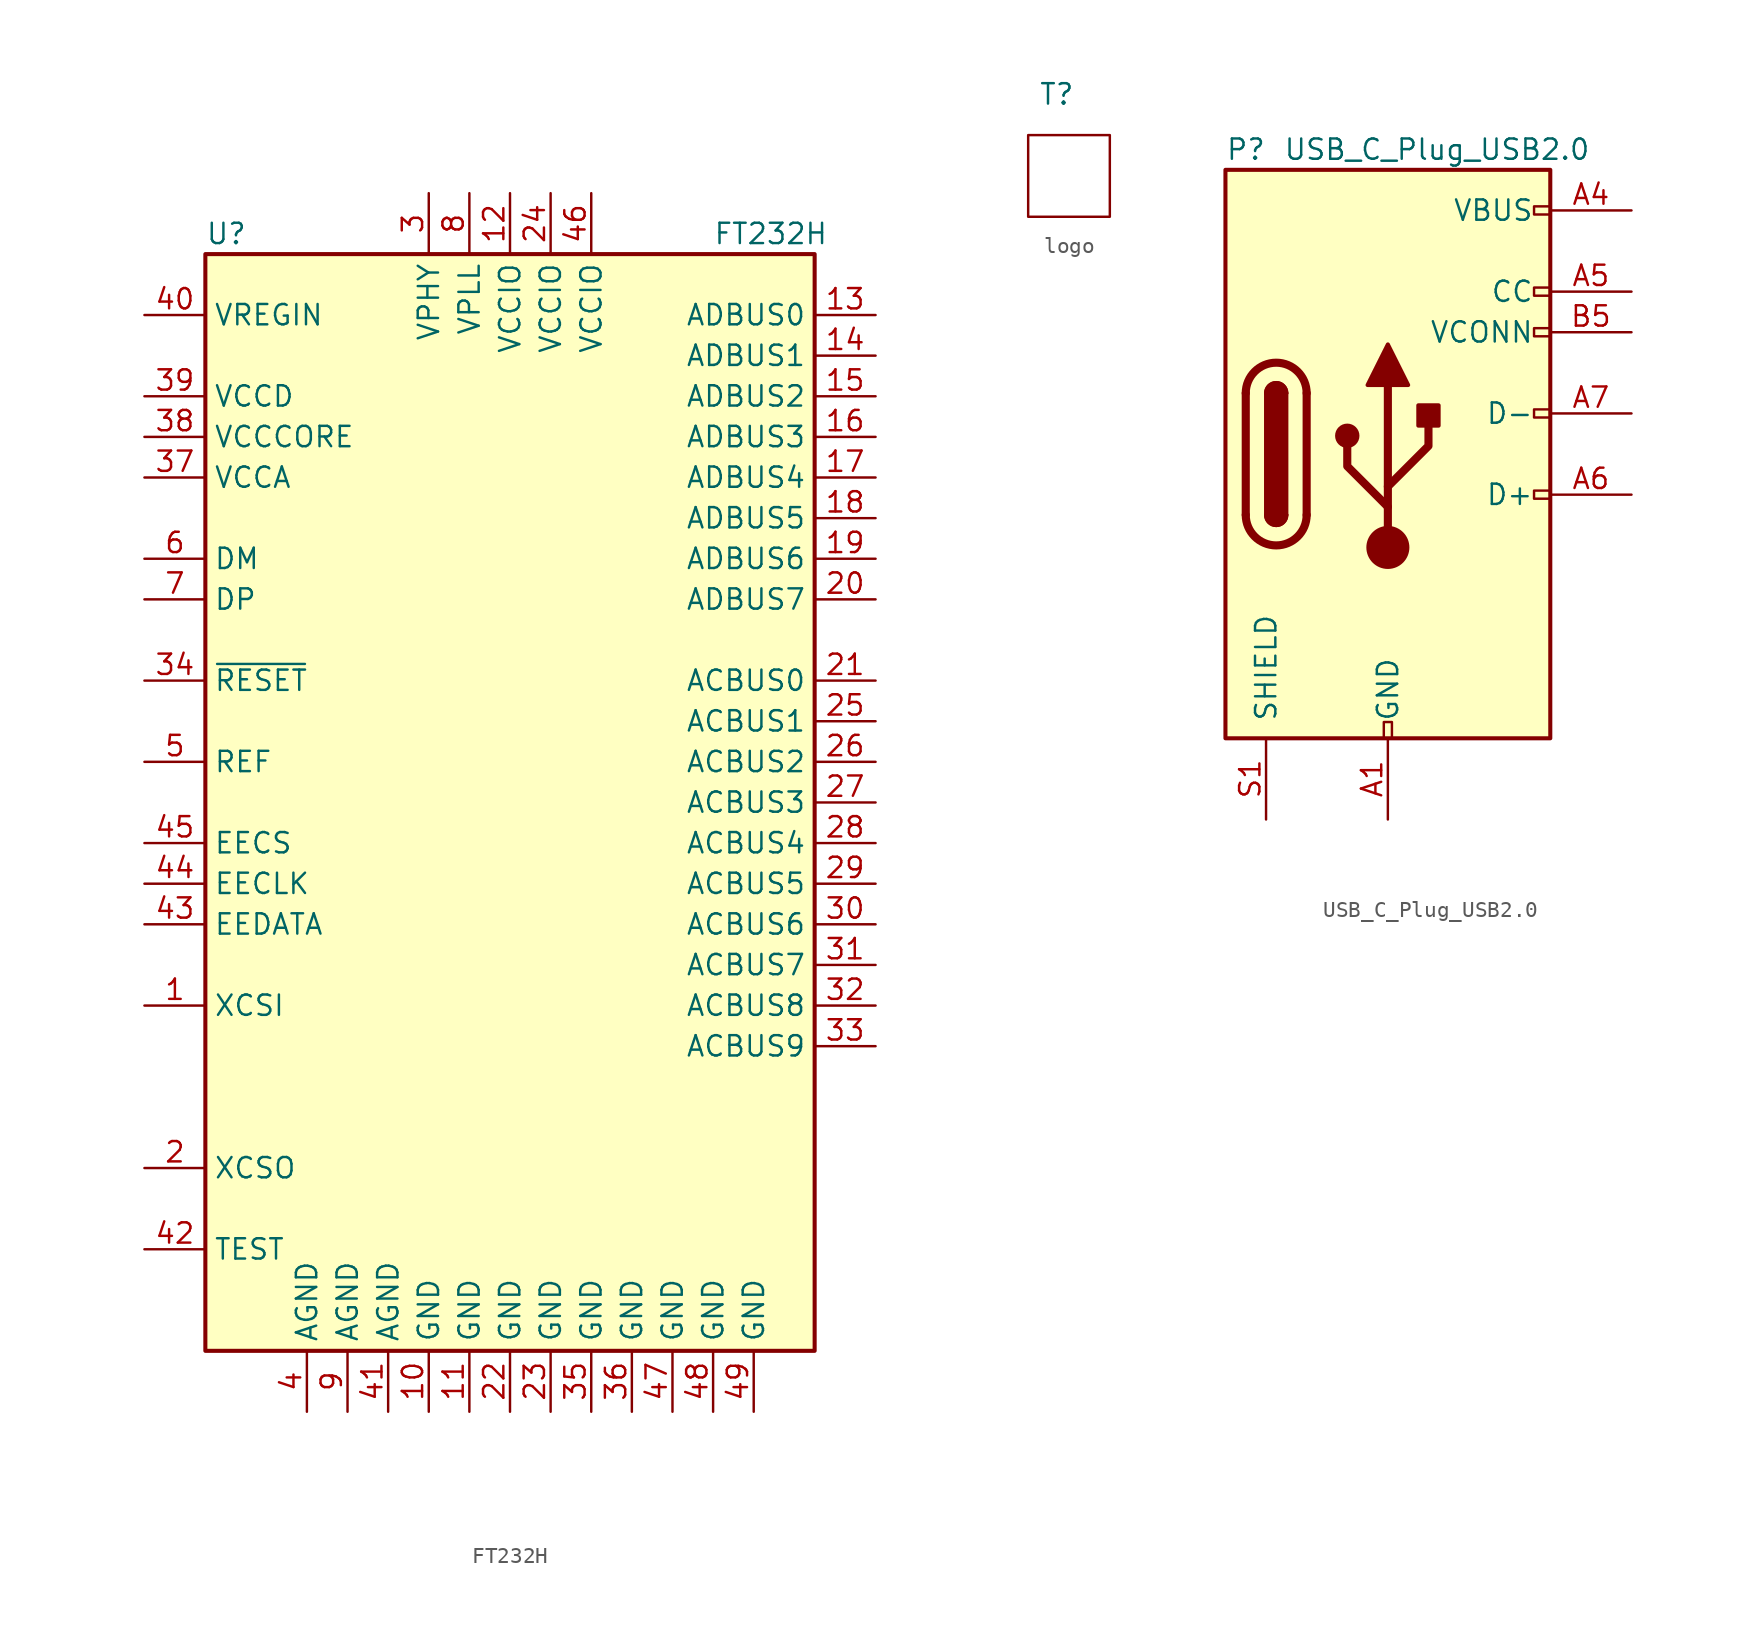
<source format=kicad_sym>
(kicad_symbol_lib
  (version 20231120)
  (generator "kicad_symbol_editor")
  (generator_version "8.0")
  (symbol "FT232H"
    (property "Reference" "U"
      (at -19.05 35.56 0)
      (effects (font (size 1.27 1.27)) (justify left)))
    (property "Value" "FT232H"
      (at 12.7 35.56 0)
      (effects (font (size 1.27 1.27)) (justify left)))
    (symbol "FT232H_0_1"
      (rectangle (start -19.05 34.29) (end 19.05 -34.29) (stroke (width 0.254) (type default)) (fill (type background))))
    (symbol "FT232H_1_1"
      (pin input line (at -22.86 -12.7 0) (length 3.81) (name "XCSI" (effects (font (size 1.27 1.27)))) (number "1" (effects (font (size 1.27 1.27)))))
      (pin power_in line (at -5.08 -38.1 90) (length 3.81) (name "GND" (effects (font (size 1.27 1.27)))) (number "10" (effects (font (size 1.27 1.27)))))
      (pin power_in line (at -2.54 -38.1 90) (length 3.81) (name "GND" (effects (font (size 1.27 1.27)))) (number "11" (effects (font (size 1.27 1.27)))))
      (pin power_in line (at 0 38.1 270) (length 3.81) (name "VCCIO" (effects (font (size 1.27 1.27)))) (number "12" (effects (font (size 1.27 1.27)))))
      (pin bidirectional line (at 22.86 30.48 180) (length 3.81) (name "ADBUS0" (effects (font (size 1.27 1.27)))) (number "13" (effects (font (size 1.27 1.27)))))
      (pin bidirectional line (at 22.86 27.94 180) (length 3.81) (name "ADBUS1" (effects (font (size 1.27 1.27)))) (number "14" (effects (font (size 1.27 1.27)))))
      (pin bidirectional line (at 22.86 25.4 180) (length 3.81) (name "ADBUS2" (effects (font (size 1.27 1.27)))) (number "15" (effects (font (size 1.27 1.27)))))
      (pin bidirectional line (at 22.86 22.86 180) (length 3.81) (name "ADBUS3" (effects (font (size 1.27 1.27)))) (number "16" (effects (font (size 1.27 1.27)))))
      (pin bidirectional line (at 22.86 20.32 180) (length 3.81) (name "ADBUS4" (effects (font (size 1.27 1.27)))) (number "17" (effects (font (size 1.27 1.27)))))
      (pin bidirectional line (at 22.86 17.78 180) (length 3.81) (name "ADBUS5" (effects (font (size 1.27 1.27)))) (number "18" (effects (font (size 1.27 1.27)))))
      (pin bidirectional line (at 22.86 15.24 180) (length 3.81) (name "ADBUS6" (effects (font (size 1.27 1.27)))) (number "19" (effects (font (size 1.27 1.27)))))
      (pin output line (at -22.86 -22.86 0) (length 3.81) (name "XCSO" (effects (font (size 1.27 1.27)))) (number "2" (effects (font (size 1.27 1.27)))))
      (pin bidirectional line (at 22.86 12.7 180) (length 3.81) (name "ADBUS7" (effects (font (size 1.27 1.27)))) (number "20" (effects (font (size 1.27 1.27)))))
      (pin bidirectional line (at 22.86 7.62 180) (length 3.81) (name "ACBUS0" (effects (font (size 1.27 1.27)))) (number "21" (effects (font (size 1.27 1.27)))))
      (pin power_in line (at 0 -38.1 90) (length 3.81) (name "GND" (effects (font (size 1.27 1.27)))) (number "22" (effects (font (size 1.27 1.27)))))
      (pin power_in line (at 2.54 -38.1 90) (length 3.81) (name "GND" (effects (font (size 1.27 1.27)))) (number "23" (effects (font (size 1.27 1.27)))))
      (pin power_in line (at 2.54 38.1 270) (length 3.81) (name "VCCIO" (effects (font (size 1.27 1.27)))) (number "24" (effects (font (size 1.27 1.27)))))
      (pin bidirectional line (at 22.86 5.08 180) (length 3.81) (name "ACBUS1" (effects (font (size 1.27 1.27)))) (number "25" (effects (font (size 1.27 1.27)))))
      (pin bidirectional line (at 22.86 2.54 180) (length 3.81) (name "ACBUS2" (effects (font (size 1.27 1.27)))) (number "26" (effects (font (size 1.27 1.27)))))
      (pin bidirectional line (at 22.86 0 180) (length 3.81) (name "ACBUS3" (effects (font (size 1.27 1.27)))) (number "27" (effects (font (size 1.27 1.27)))))
      (pin bidirectional line (at 22.86 -2.54 180) (length 3.81) (name "ACBUS4" (effects (font (size 1.27 1.27)))) (number "28" (effects (font (size 1.27 1.27)))))
      (pin bidirectional line (at 22.86 -5.08 180) (length 3.81) (name "ACBUS5" (effects (font (size 1.27 1.27)))) (number "29" (effects (font (size 1.27 1.27)))))
      (pin power_in line (at -5.08 38.1 270) (length 3.81) (name "VPHY" (effects (font (size 1.27 1.27)))) (number "3" (effects (font (size 1.27 1.27)))))
      (pin bidirectional line (at 22.86 -7.62 180) (length 3.81) (name "ACBUS6" (effects (font (size 1.27 1.27)))) (number "30" (effects (font (size 1.27 1.27)))))
      (pin bidirectional line (at 22.86 -10.16 180) (length 3.81) (name "ACBUS7" (effects (font (size 1.27 1.27)))) (number "31" (effects (font (size 1.27 1.27)))))
      (pin bidirectional line (at 22.86 -12.7 180) (length 3.81) (name "ACBUS8" (effects (font (size 1.27 1.27)))) (number "32" (effects (font (size 1.27 1.27)))))
      (pin bidirectional line (at 22.86 -15.24 180) (length 3.81) (name "ACBUS9" (effects (font (size 1.27 1.27)))) (number "33" (effects (font (size 1.27 1.27)))))
      (pin input line (at -22.86 7.62 0) (length 3.81) (name "~{RESET}" (effects (font (size 1.27 1.27)))) (number "34" (effects (font (size 1.27 1.27)))))
      (pin power_in line (at 5.08 -38.1 90) (length 3.81) (name "GND" (effects (font (size 1.27 1.27)))) (number "35" (effects (font (size 1.27 1.27)))))
      (pin power_in line (at 7.62 -38.1 90) (length 3.81) (name "GND" (effects (font (size 1.27 1.27)))) (number "36" (effects (font (size 1.27 1.27)))))
      (pin power_out line (at -22.86 20.32 0) (length 3.81) (name "VCCA" (effects (font (size 1.27 1.27)))) (number "37" (effects (font (size 1.27 1.27)))))
      (pin power_out line (at -22.86 22.86 0) (length 3.81) (name "VCCCORE" (effects (font (size 1.27 1.27)))) (number "38" (effects (font (size 1.27 1.27)))))
      (pin power_in line (at -22.86 25.4 0) (length 3.81) (name "VCCD" (effects (font (size 1.27 1.27)))) (number "39" (effects (font (size 1.27 1.27)))))
      (pin power_in line (at -12.7 -38.1 90) (length 3.81) (name "AGND" (effects (font (size 1.27 1.27)))) (number "4" (effects (font (size 1.27 1.27)))))
      (pin power_in line (at -22.86 30.48 0) (length 3.81) (name "VREGIN" (effects (font (size 1.27 1.27)))) (number "40" (effects (font (size 1.27 1.27)))))
      (pin power_in line (at -7.62 -38.1 90) (length 3.81) (name "AGND" (effects (font (size 1.27 1.27)))) (number "41" (effects (font (size 1.27 1.27)))))
      (pin input line (at -22.86 -27.94 0) (length 3.81) (name "TEST" (effects (font (size 1.27 1.27)))) (number "42" (effects (font (size 1.27 1.27)))))
      (pin bidirectional line (at -22.86 -7.62 0) (length 3.81) (name "EEDATA" (effects (font (size 1.27 1.27)))) (number "43" (effects (font (size 1.27 1.27)))))
      (pin input line (at -22.86 -5.08 0) (length 3.81) (name "EECLK" (effects (font (size 1.27 1.27)))) (number "44" (effects (font (size 1.27 1.27)))))
      (pin input line (at -22.86 -2.54 0) (length 3.81) (name "EECS" (effects (font (size 1.27 1.27)))) (number "45" (effects (font (size 1.27 1.27)))))
      (pin power_in line (at 5.08 38.1 270) (length 3.81) (name "VCCIO" (effects (font (size 1.27 1.27)))) (number "46" (effects (font (size 1.27 1.27)))))
      (pin power_in line (at 10.16 -38.1 90) (length 3.81) (name "GND" (effects (font (size 1.27 1.27)))) (number "47" (effects (font (size 1.27 1.27)))))
      (pin power_in line (at 12.7 -38.1 90) (length 3.81) (name "GND" (effects (font (size 1.27 1.27)))) (number "48" (effects (font (size 1.27 1.27)))))
      (pin power_in line (at 15.24 -38.1 90) (length 3.81) (name "GND" (effects (font (size 1.27 1.27)))) (number "49" (effects (font (size 1.27 1.27)))))
      (pin input line (at -22.86 2.54 0) (length 3.81) (name "REF" (effects (font (size 1.27 1.27)))) (number "5" (effects (font (size 1.27 1.27)))))
      (pin bidirectional line (at -22.86 15.24 0) (length 3.81) (name "DM" (effects (font (size 1.27 1.27)))) (number "6" (effects (font (size 1.27 1.27)))))
      (pin bidirectional line (at -22.86 12.7 0) (length 3.81) (name "DP" (effects (font (size 1.27 1.27)))) (number "7" (effects (font (size 1.27 1.27)))))
      (pin power_in line (at -2.54 38.1 270) (length 3.81) (name "VPLL" (effects (font (size 1.27 1.27)))) (number "8" (effects (font (size 1.27 1.27)))))
      (pin power_in line (at -10.16 -38.1 90) (length 3.81) (name "AGND" (effects (font (size 1.27 1.27)))) (number "9" (effects (font (size 1.27 1.27)))))))
  (symbol "logo"
    (property "Reference" "T"
      (at -0.762 5.08 0)
      (effects (font (size 1.27 1.27))))
    (property "Value" ""
      (at 0 0 0)
      (effects (font (size 1.27 1.27))))
    (symbol "logo_0_1"
      (rectangle (start -2.54 2.54) (end 2.54 -2.54) (stroke (width 0) (type default)) (fill (type none)))))
  (symbol "USB_C_Plug_USB2.0"
    (pin_names
      (offset 1.016))
    (property "Reference" "P"
      (at -10.16 19.05 0)
      (effects (font (size 1.27 1.27)) (justify left)))
    (property "Value" "USB_C_Plug_USB2.0"
      (at 12.7 19.05 0)
      (effects (font (size 1.27 1.27)) (justify right)))
    (symbol "USB_C_Plug_USB2.0_0_0"
      (rectangle (start -0.254 -17.78) (end 0.254 -16.764) (stroke (width 0) (type default)) (fill (type none)))
      (rectangle (start 10.16 -2.286) (end 9.144 -2.794) (stroke (width 0) (type default)) (fill (type none)))
      (rectangle (start 10.16 2.794) (end 9.144 2.286) (stroke (width 0) (type default)) (fill (type none)))
      (rectangle (start 10.16 7.874) (end 9.144 7.366) (stroke (width 0) (type default)) (fill (type none)))
      (rectangle (start 10.16 10.414) (end 9.144 9.906) (stroke (width 0) (type default)) (fill (type none)))
      (rectangle (start 10.16 15.494) (end 9.144 14.986) (stroke (width 0) (type default)) (fill (type none))))
    (symbol "USB_C_Plug_USB2.0_0_1"
      (rectangle (start -10.16 17.78) (end 10.16 -17.78) (stroke (width 0.254) (type default)) (fill (type background)))
      (arc (start -8.89 -3.81) (mid -6.985 -5.7067) (end -5.08 -3.81) (stroke (width 0.508) (type default)) (fill (type none)))
      (arc (start -7.62 -3.81) (mid -6.985 -4.4423) (end -6.35 -3.81) (stroke (width 0.254) (type default)) (fill (type none)))
      (arc (start -7.62 -3.81) (mid -6.985 -4.4423) (end -6.35 -3.81) (stroke (width 0.254) (type default)) (fill (type outline)))
      (rectangle (start -7.62 -3.81) (end -6.35 3.81) (stroke (width 0.254) (type default)) (fill (type outline)))
      (arc (start -6.35 3.81) (mid -6.985 4.4423) (end -7.62 3.81) (stroke (width 0.254) (type default)) (fill (type none)))
      (arc (start -6.35 3.81) (mid -6.985 4.4423) (end -7.62 3.81) (stroke (width 0.254) (type default)) (fill (type outline)))
      (arc (start -5.08 3.81) (mid -6.985 5.7067) (end -8.89 3.81) (stroke (width 0.508) (type default)) (fill (type none)))
      (circle (center -2.54 1.143) (radius 0.635) (stroke (width 0.254) (type default)) (fill (type outline)))
      (circle (center 0 -5.842) (radius 1.27) (stroke (width 0) (type default)) (fill (type outline)))
      (polyline (pts (xy -8.89 -3.81) (xy -8.89 3.81)) (stroke (width 0.508) (type default)) (fill (type none)))
      (polyline (pts (xy -5.08 3.81) (xy -5.08 -3.81)) (stroke (width 0.508) (type default)) (fill (type none)))
      (polyline (pts (xy 0 -5.842) (xy 0 4.318)) (stroke (width 0.508) (type default)) (fill (type none)))
      (polyline (pts (xy 0 -3.302) (xy -2.54 -0.762) (xy -2.54 0.508)) (stroke (width 0.508) (type default)) (fill (type none)))
      (polyline (pts (xy 0 -2.032) (xy 2.54 0.508) (xy 2.54 1.778)) (stroke (width 0.508) (type default)) (fill (type none)))
      (polyline (pts (xy -1.27 4.318) (xy 0 6.858) (xy 1.27 4.318) (xy -1.27 4.318)) (stroke (width 0.254) (type default)) (fill (type outline)))
      (rectangle (start 1.905 1.778) (end 3.175 3.048) (stroke (width 0.254) (type default)) (fill (type outline))))
    (symbol "USB_C_Plug_USB2.0_1_1"
      (pin power_out line (at 0 -22.86 90) (length 5.08) (name "GND" (effects (font (size 1.27 1.27)))) (number "A1" (effects (font (size 1.27 1.27)))))
      (pin passive line (at 0 -22.86 90) (length 5.08) hide (name "GND" (effects (font (size 1.27 1.27)))) (number "A12" (effects (font (size 1.27 1.27)))))
      (pin power_out line (at 15.24 15.24 180) (length 5.08) (name "VBUS" (effects (font (size 1.27 1.27)))) (number "A4" (effects (font (size 1.27 1.27)))))
      (pin bidirectional line (at 15.24 10.16 180) (length 5.08) (name "CC" (effects (font (size 1.27 1.27)))) (number "A5" (effects (font (size 1.27 1.27)))))
      (pin bidirectional line (at 15.24 -2.54 180) (length 5.08) (name "D+" (effects (font (size 1.27 1.27)))) (number "A6" (effects (font (size 1.27 1.27)))))
      (pin bidirectional line (at 15.24 2.54 180) (length 5.08) (name "D-" (effects (font (size 1.27 1.27)))) (number "A7" (effects (font (size 1.27 1.27)))))
      (pin passive line (at 15.24 15.24 180) (length 5.08) hide (name "VBUS" (effects (font (size 1.27 1.27)))) (number "A9" (effects (font (size 1.27 1.27)))))
      (pin passive line (at 0 -22.86 90) (length 5.08) hide (name "GND" (effects (font (size 1.27 1.27)))) (number "B1" (effects (font (size 1.27 1.27)))))
      (pin passive line (at 0 -22.86 90) (length 5.08) hide (name "GND" (effects (font (size 1.27 1.27)))) (number "B12" (effects (font (size 1.27 1.27)))))
      (pin passive line (at 15.24 15.24 180) (length 5.08) hide (name "VBUS" (effects (font (size 1.27 1.27)))) (number "B4" (effects (font (size 1.27 1.27)))))
      (pin bidirectional line (at 15.24 7.62 180) (length 5.08) (name "VCONN" (effects (font (size 1.27 1.27)))) (number "B5" (effects (font (size 1.27 1.27)))))
      (pin passive line (at 15.24 15.24 180) (length 5.08) hide (name "VBUS" (effects (font (size 1.27 1.27)))) (number "B9" (effects (font (size 1.27 1.27)))))
      (pin passive line (at -7.62 -22.86 90) (length 5.08) (name "SHIELD" (effects (font (size 1.27 1.27)))) (number "S1" (effects (font (size 1.27 1.27))))))))
</source>
